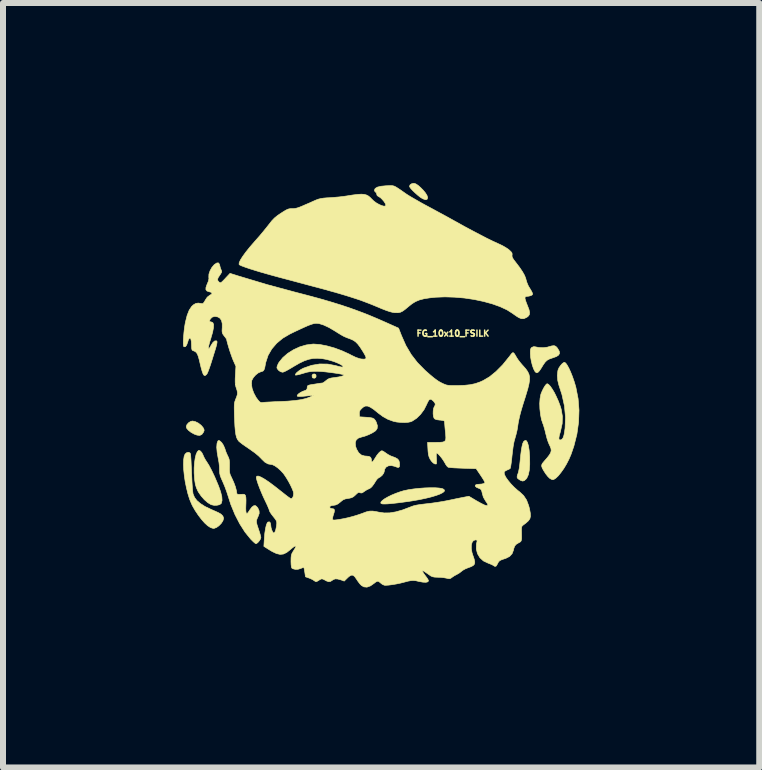
<source format=kicad_pcb>
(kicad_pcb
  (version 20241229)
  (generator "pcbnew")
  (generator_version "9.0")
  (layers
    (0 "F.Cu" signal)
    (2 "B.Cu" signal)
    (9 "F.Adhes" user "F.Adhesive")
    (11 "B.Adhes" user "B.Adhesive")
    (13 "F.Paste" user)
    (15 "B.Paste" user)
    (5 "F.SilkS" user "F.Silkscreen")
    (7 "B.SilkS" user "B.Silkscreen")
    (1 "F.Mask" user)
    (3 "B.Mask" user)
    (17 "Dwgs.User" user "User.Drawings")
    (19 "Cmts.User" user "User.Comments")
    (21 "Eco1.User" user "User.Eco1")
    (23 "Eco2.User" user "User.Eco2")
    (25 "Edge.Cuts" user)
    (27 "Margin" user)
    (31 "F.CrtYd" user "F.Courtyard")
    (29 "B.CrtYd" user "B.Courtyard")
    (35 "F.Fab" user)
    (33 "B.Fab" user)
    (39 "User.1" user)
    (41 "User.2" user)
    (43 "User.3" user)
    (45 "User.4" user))
  (footprint "FG_10x10_FSILK"
    (layer "F.Cu")
    (at 3.254 4.437)
    (property "Reference" "FG_10x10_FSILK" (at 1.245 -1.93 0) (layer "F.SilkS") (effects (font (size 0.1 0.1) (thickness 0.025))))
    (attr through_hole)
    (fp_poly (pts (xy -1.041 -1.244) (xy -1.035 -1.219) (xy -1.042 -1.193) (xy -1.064 -1.183) (xy -1.09 -1.188) (xy -1.1 -1.199) (xy -1.103 -1.231) (xy -1.088 -1.251) (xy -1.064 -1.255) (xy -1.041 -1.244)) (stroke (width 0.01) (type solid)) (fill yes) (layer "F.SilkS"))
    (fp_poly (pts (xy -3.049 -0.46) (xy -2.998 -0.435) (xy -2.952 -0.399) (xy -2.921 -0.363) (xy -2.905 -0.333) (xy -2.902 -0.311) (xy -2.911 -0.287) (xy -2.914 -0.282) (xy -2.94 -0.246) (xy -2.975 -0.23) (xy -3.02 -0.235) (xy -3.067 -0.252) (xy -3.121 -0.282) (xy -3.164 -0.316) (xy -3.192 -0.349) (xy -3.2 -0.374) (xy -3.189 -0.409) (xy -3.161 -0.441) (xy -3.124 -0.464) (xy -3.095 -0.47) (xy -3.049 -0.46)) (stroke (width 0.01) (type solid)) (fill yes) (layer "F.SilkS"))
    (fp_poly (pts (xy 0.625 -4.423) (xy 0.665 -4.397) (xy 0.708 -4.359) (xy 0.75 -4.316) (xy 0.787 -4.271) (xy 0.813 -4.229) (xy 0.823 -4.195) (xy 0.823 -4.189) (xy 0.813 -4.164) (xy 0.789 -4.158) (xy 0.75 -4.171) (xy 0.734 -4.179) (xy 0.699 -4.201) (xy 0.658 -4.234) (xy 0.615 -4.272) (xy 0.575 -4.31) (xy 0.543 -4.345) (xy 0.524 -4.372) (xy 0.521 -4.383) (xy 0.532 -4.408) (xy 0.56 -4.426) (xy 0.594 -4.432) (xy 0.625 -4.423)) (stroke (width 0.01) (type solid)) (fill yes) (layer "F.SilkS"))
    (fp_poly (pts (xy 2.47 -0.141) (xy 2.488 -0.11) (xy 2.503 -0.058) (xy 2.515 0.017) (xy 2.523 0.111) (xy 2.524 0.134) (xy 2.525 0.251) (xy 2.518 0.348) (xy 2.502 0.425) (xy 2.477 0.48) (xy 2.463 0.498) (xy 2.433 0.524) (xy 2.407 0.531) (xy 2.375 0.521) (xy 2.353 0.508) (xy 2.325 0.488) (xy 2.314 0.466) (xy 2.318 0.436) (xy 2.331 0.401) (xy 2.34 0.369) (xy 2.35 0.319) (xy 2.358 0.259) (xy 2.363 0.212) (xy 2.374 0.101) (xy 2.385 0.014) (xy 2.397 -0.052) (xy 2.409 -0.098) (xy 2.423 -0.127) (xy 2.425 -0.13) (xy 2.449 -0.147) (xy 2.47 -0.141)) (stroke (width 0.01) (type solid)) (fill yes) (layer "F.SilkS"))
    (fp_poly (pts (xy 0.945 0.642) (xy 1.013 0.647) (xy 1.063 0.655) (xy 1.083 0.663) (xy 1.104 0.681) (xy 1.101 0.701) (xy 1.076 0.723) (xy 1.031 0.746) (xy 0.967 0.77) (xy 0.887 0.794) (xy 0.79 0.818) (xy 0.681 0.841) (xy 0.559 0.862) (xy 0.426 0.881) (xy 0.318 0.895) (xy 0.226 0.905) (xy 0.157 0.911) (xy 0.107 0.913) (xy 0.073 0.912) (xy 0.053 0.907) (xy 0.043 0.899) (xy 0.045 0.88) (xy 0.068 0.855) (xy 0.107 0.826) (xy 0.161 0.795) (xy 0.224 0.764) (xy 0.294 0.735) (xy 0.367 0.709) (xy 0.427 0.691) (xy 0.503 0.675) (xy 0.59 0.662) (xy 0.682 0.652) (xy 0.775 0.645) (xy 0.864 0.642) (xy 0.945 0.642)) (stroke (width 0.01) (type solid)) (fill yes) (layer "F.SilkS"))
    (fp_poly (pts (xy 2.959 -1.715) (xy 2.983 -1.69) (xy 2.99 -1.68) (xy 3.016 -1.635) (xy 3.022 -1.599) (xy 3.007 -1.57) (xy 2.97 -1.545) (xy 2.909 -1.523) (xy 2.894 -1.518) (xy 2.849 -1.502) (xy 2.812 -1.481) (xy 2.78 -1.449) (xy 2.747 -1.402) (xy 2.72 -1.357) (xy 2.687 -1.307) (xy 2.661 -1.28) (xy 2.639 -1.274) (xy 2.617 -1.289) (xy 2.611 -1.298) (xy 2.589 -1.34) (xy 2.568 -1.4) (xy 2.551 -1.468) (xy 2.539 -1.537) (xy 2.535 -1.59) (xy 2.535 -1.639) (xy 2.539 -1.669) (xy 2.549 -1.687) (xy 2.559 -1.697) (xy 2.589 -1.709) (xy 2.61 -1.708) (xy 2.679 -1.695) (xy 2.752 -1.692) (xy 2.819 -1.701) (xy 2.839 -1.707) (xy 2.893 -1.722) (xy 2.931 -1.726) (xy 2.959 -1.715)) (stroke (width 0.01) (type solid)) (fill yes) (layer "F.SilkS"))
    (fp_poly (pts (xy -2.978 0.022) (xy -2.963 0.031) (xy -2.941 0.056) (xy -2.922 0.092) (xy -2.92 0.098) (xy -2.903 0.136) (xy -2.878 0.181) (xy -2.863 0.203) (xy -2.822 0.268) (xy -2.776 0.355) (xy -2.726 0.46) (xy -2.676 0.578) (xy -2.662 0.611) (xy -2.627 0.71) (xy -2.607 0.791) (xy -2.603 0.853) (xy -2.614 0.898) (xy -2.62 0.907) (xy -2.647 0.925) (xy -2.688 0.934) (xy -2.737 0.935) (xy -2.782 0.925) (xy -2.791 0.921) (xy -2.843 0.889) (xy -2.898 0.841) (xy -2.95 0.782) (xy -2.994 0.719) (xy -3.009 0.692) (xy -3.032 0.639) (xy -3.048 0.586) (xy -3.058 0.522) (xy -3.062 0.486) (xy -3.068 0.398) (xy -3.068 0.31) (xy -3.062 0.225) (xy -3.051 0.149) (xy -3.036 0.087) (xy -3.017 0.045) (xy -3.012 0.038) (xy -2.994 0.02) (xy -2.978 0.022)) (stroke (width 0.01) (type solid)) (fill yes) (layer "F.SilkS"))
    (fp_poly (pts (xy -3.14 0.06) (xy -3.131 0.073) (xy -3.127 0.092) (xy -3.124 0.132) (xy -3.12 0.19) (xy -3.117 0.261) (xy -3.113 0.343) (xy -3.111 0.394) (xy -3.107 0.482) (xy -3.103 0.564) (xy -3.098 0.637) (xy -3.093 0.695) (xy -3.088 0.734) (xy -3.086 0.746) (xy -3.062 0.803) (xy -3.022 0.856) (xy -2.965 0.905) (xy -2.888 0.954) (xy -2.788 1.002) (xy -2.729 1.028) (xy -2.662 1.058) (xy -2.617 1.085) (xy -2.59 1.113) (xy -2.579 1.143) (xy -2.578 1.156) (xy -2.589 1.193) (xy -2.616 1.235) (xy -2.654 1.274) (xy -2.695 1.304) (xy -2.735 1.319) (xy -2.746 1.32) (xy -2.768 1.315) (xy -2.8 1.303) (xy -2.8 1.303) (xy -2.843 1.275) (xy -2.893 1.229) (xy -2.946 1.169) (xy -3 1.098) (xy -3.051 1.022) (xy -3.096 0.944) (xy -3.112 0.91) (xy -3.144 0.833) (xy -3.172 0.743) (xy -3.196 0.645) (xy -3.217 0.544) (xy -3.232 0.442) (xy -3.242 0.345) (xy -3.246 0.256) (xy -3.244 0.18) (xy -3.235 0.119) (xy -3.22 0.082) (xy -3.195 0.059) (xy -3.165 0.051) (xy -3.14 0.06)) (stroke (width 0.01) (type solid)) (fill yes) (layer "F.SilkS"))
    (fp_poly (pts (xy -2.641 -0.139) (xy -2.61 -0.112) (xy -2.58 -0.066) (xy -2.556 -0.01) (xy -2.551 0.006) (xy -2.537 0.048) (xy -2.516 0.096) (xy -2.507 0.114) (xy -2.492 0.147) (xy -2.483 0.178) (xy -2.479 0.217) (xy -2.479 0.27) (xy -2.479 0.287) (xy -2.48 0.344) (xy -2.477 0.384) (xy -2.47 0.417) (xy -2.455 0.451) (xy -2.443 0.476) (xy -2.408 0.553) (xy -2.38 0.628) (xy -2.363 0.694) (xy -2.36 0.718) (xy -2.356 0.74) (xy -2.347 0.75) (xy -2.326 0.753) (xy -2.289 0.752) (xy -2.25 0.75) (xy -2.228 0.754) (xy -2.216 0.767) (xy -2.211 0.779) (xy -2.206 0.806) (xy -2.204 0.85) (xy -2.205 0.903) (xy -2.206 0.924) (xy -2.208 0.985) (xy -2.206 1.032) (xy -2.201 1.06) (xy -2.2 1.061) (xy -2.192 1.071) (xy -2.181 1.068) (xy -2.165 1.049) (xy -2.141 1.012) (xy -2.105 0.964) (xy -2.073 0.941) (xy -2.044 0.941) (xy -2.017 0.966) (xy -2.006 0.981) (xy -1.986 1.027) (xy -1.984 1.07) (xy -2.002 1.12) (xy -2.007 1.13) (xy -2.021 1.162) (xy -2.029 1.189) (xy -2.029 1.218) (xy -2.021 1.256) (xy -2.004 1.308) (xy -1.994 1.338) (xy -1.977 1.389) (xy -1.964 1.434) (xy -1.957 1.465) (xy -1.956 1.472) (xy -1.964 1.498) (xy -1.984 1.529) (xy -2.008 1.557) (xy -2.031 1.573) (xy -2.038 1.575) (xy -2.054 1.566) (xy -2.081 1.543) (xy -2.115 1.509) (xy -2.125 1.499) (xy -2.22 1.382) (xy -2.308 1.244) (xy -2.388 1.089) (xy -2.457 0.921) (xy -2.502 0.781) (xy -2.525 0.71) (xy -2.553 0.633) (xy -2.583 0.561) (xy -2.593 0.538) (xy -2.618 0.482) (xy -2.634 0.439) (xy -2.642 0.402) (xy -2.645 0.362) (xy -2.645 0.343) (xy -2.647 0.29) (xy -2.654 0.225) (xy -2.665 0.161) (xy -2.668 0.149) (xy -2.685 0.051) (xy -2.692 -0.032) (xy -2.687 -0.096) (xy -2.68 -0.12) (xy -2.668 -0.143) (xy -2.653 -0.145) (xy -2.641 -0.139)) (stroke (width 0.01) (type solid)) (fill yes) (layer "F.SilkS"))
    (fp_poly (pts (xy 3.124 -1.436) (xy 3.148 -1.403) (xy 3.176 -1.353) (xy 3.206 -1.288) (xy 3.236 -1.213) (xy 3.265 -1.13) (xy 3.291 -1.043) (xy 3.295 -1.026) (xy 3.331 -0.842) (xy 3.346 -0.649) (xy 3.339 -0.451) (xy 3.311 -0.251) (xy 3.261 -0.053) (xy 3.214 0.084) (xy 3.179 0.166) (xy 3.138 0.246) (xy 3.093 0.321) (xy 3.046 0.387) (xy 3.001 0.443) (xy 2.959 0.483) (xy 2.924 0.505) (xy 2.909 0.508) (xy 2.883 0.5) (xy 2.855 0.483) (xy 2.826 0.454) (xy 2.792 0.411) (xy 2.761 0.363) (xy 2.736 0.319) (xy 2.725 0.289) (xy 2.724 0.264) (xy 2.734 0.239) (xy 2.76 0.207) (xy 2.766 0.2) (xy 2.818 0.14) (xy 2.854 0.093) (xy 2.875 0.055) (xy 2.883 0.021) (xy 2.878 -0.014) (xy 2.862 -0.054) (xy 2.85 -0.078) (xy 2.832 -0.121) (xy 2.813 -0.178) (xy 2.797 -0.24) (xy 2.792 -0.258) (xy 2.778 -0.317) (xy 2.762 -0.374) (xy 2.748 -0.418) (xy 2.743 -0.429) (xy 2.72 -0.497) (xy 2.704 -0.581) (xy 2.694 -0.672) (xy 2.691 -0.763) (xy 2.697 -0.846) (xy 2.71 -0.914) (xy 2.712 -0.921) (xy 2.731 -0.967) (xy 2.754 -1.014) (xy 2.778 -1.054) (xy 2.8 -1.082) (xy 2.815 -1.092) (xy 2.838 -1.081) (xy 2.868 -1.049) (xy 2.901 -1.001) (xy 2.937 -0.941) (xy 2.971 -0.871) (xy 3.004 -0.797) (xy 3.032 -0.722) (xy 3.049 -0.667) (xy 3.069 -0.549) (xy 3.066 -0.428) (xy 3.038 -0.301) (xy 3.036 -0.292) (xy 3.018 -0.23) (xy 3.011 -0.188) (xy 3.013 -0.164) (xy 3.026 -0.154) (xy 3.038 -0.155) (xy 3.062 -0.165) (xy 3.081 -0.191) (xy 3.096 -0.236) (xy 3.107 -0.301) (xy 3.114 -0.351) (xy 3.121 -0.532) (xy 3.104 -0.719) (xy 3.062 -0.91) (xy 3.011 -1.067) (xy 2.992 -1.144) (xy 2.985 -1.227) (xy 2.993 -1.304) (xy 2.997 -1.321) (xy 3.013 -1.358) (xy 3.039 -1.395) (xy 3.067 -1.427) (xy 3.094 -1.446) (xy 3.104 -1.448) (xy 3.124 -1.436)) (stroke (width 0.01) (type solid)) (fill yes) (layer "F.SilkS"))
    (fp_poly (pts (xy 0.239 -4.392) (xy 0.264 -4.386) (xy 0.291 -4.373) (xy 0.325 -4.352) (xy 0.37 -4.322) (xy 0.43 -4.28) (xy 0.461 -4.258) (xy 0.501 -4.232) (xy 0.559 -4.197) (xy 0.629 -4.157) (xy 0.707 -4.112) (xy 0.789 -4.067) (xy 0.821 -4.05) (xy 0.914 -4) (xy 1.015 -3.945) (xy 1.117 -3.89) (xy 1.213 -3.837) (xy 1.294 -3.792) (xy 1.302 -3.788) (xy 1.436 -3.713) (xy 1.567 -3.643) (xy 1.691 -3.578) (xy 1.804 -3.519) (xy 1.904 -3.47) (xy 1.987 -3.432) (xy 2.011 -3.421) (xy 2.068 -3.394) (xy 2.124 -3.362) (xy 2.169 -3.332) (xy 2.18 -3.323) (xy 2.213 -3.292) (xy 2.229 -3.27) (xy 2.232 -3.248) (xy 2.23 -3.237) (xy 2.23 -3.214) (xy 2.238 -3.19) (xy 2.259 -3.157) (xy 2.287 -3.121) (xy 2.354 -3.033) (xy 2.404 -2.959) (xy 2.439 -2.897) (xy 2.459 -2.845) (xy 2.463 -2.828) (xy 2.478 -2.778) (xy 2.499 -2.728) (xy 2.508 -2.711) (xy 2.54 -2.659) (xy 2.56 -2.623) (xy 2.57 -2.6) (xy 2.573 -2.586) (xy 2.569 -2.577) (xy 2.565 -2.572) (xy 2.544 -2.56) (xy 2.509 -2.551) (xy 2.498 -2.55) (xy 2.464 -2.546) (xy 2.449 -2.537) (xy 2.446 -2.519) (xy 2.446 -2.515) (xy 2.452 -2.488) (xy 2.466 -2.447) (xy 2.485 -2.398) (xy 2.49 -2.386) (xy 2.514 -2.323) (xy 2.523 -2.275) (xy 2.517 -2.24) (xy 2.495 -2.212) (xy 2.473 -2.197) (xy 2.427 -2.176) (xy 2.385 -2.176) (xy 2.343 -2.193) (xy 2.312 -2.212) (xy 2.271 -2.24) (xy 2.241 -2.262) (xy 2.147 -2.322) (xy 2.031 -2.376) (xy 1.899 -2.423) (xy 1.753 -2.463) (xy 1.597 -2.496) (xy 1.436 -2.52) (xy 1.273 -2.534) (xy 1.111 -2.539) (xy 0.955 -2.533) (xy 0.86 -2.523) (xy 0.764 -2.508) (xy 0.687 -2.488) (xy 0.622 -2.461) (xy 0.562 -2.424) (xy 0.502 -2.376) (xy 0.447 -2.33) (xy 0.405 -2.3) (xy 0.367 -2.282) (xy 0.329 -2.275) (xy 0.284 -2.276) (xy 0.273 -2.276) (xy 0.235 -2.282) (xy 0.189 -2.294) (xy 0.133 -2.313) (xy 0.061 -2.341) (xy -0.013 -2.372) (xy -0.085 -2.402) (xy -0.155 -2.43) (xy -0.226 -2.457) (xy -0.298 -2.484) (xy -0.376 -2.51) (xy -0.46 -2.537) (xy -0.553 -2.566) (xy -0.657 -2.597) (xy -0.774 -2.63) (xy -0.906 -2.667) (xy -1.056 -2.707) (xy -1.225 -2.752) (xy -1.415 -2.803) (xy -1.505 -2.827) (xy -1.66 -2.868) (xy -1.802 -2.907) (xy -1.93 -2.943) (xy -2.043 -2.977) (xy -2.139 -3.007) (xy -2.216 -3.033) (xy -2.273 -3.054) (xy -2.308 -3.07) (xy -2.319 -3.079) (xy -2.318 -3.107) (xy -2.298 -3.152) (xy -2.261 -3.211) (xy -2.209 -3.283) (xy -2.14 -3.369) (xy -2.057 -3.465) (xy -2.033 -3.492) (xy -1.979 -3.553) (xy -1.923 -3.62) (xy -1.871 -3.684) (xy -1.829 -3.737) (xy -1.822 -3.746) (xy -1.774 -3.807) (xy -1.73 -3.853) (xy -1.681 -3.893) (xy -1.642 -3.92) (xy -1.585 -3.957) (xy -1.544 -3.982) (xy -1.513 -3.998) (xy -1.487 -4.006) (xy -1.46 -4.01) (xy -1.428 -4.01) (xy -1.404 -4.011) (xy -1.381 -4.014) (xy -1.354 -4.02) (xy -1.32 -4.031) (xy -1.277 -4.048) (xy -1.22 -4.073) (xy -1.145 -4.105) (xy -1.079 -4.135) (xy -1.033 -4.155) (xy -0.994 -4.169) (xy -0.956 -4.178) (xy -0.912 -4.185) (xy -0.854 -4.19) (xy -0.806 -4.192) (xy -0.73 -4.198) (xy -0.65 -4.205) (xy -0.577 -4.214) (xy -0.527 -4.221) (xy -0.425 -4.237) (xy -0.344 -4.247) (xy -0.281 -4.251) (xy -0.232 -4.247) (xy -0.193 -4.236) (xy -0.16 -4.218) (xy -0.129 -4.191) (xy -0.113 -4.174) (xy -0.076 -4.138) (xy -0.033 -4.106) (xy 0.013 -4.08) (xy 0.056 -4.061) (xy 0.093 -4.051) (xy 0.118 -4.053) (xy 0.127 -4.068) (xy 0.118 -4.094) (xy 0.096 -4.129) (xy 0.066 -4.164) (xy 0.035 -4.194) (xy 0.011 -4.208) (xy -0.018 -4.227) (xy -0.025 -4.25) (xy -0.033 -4.275) (xy -0.044 -4.284) (xy -0.06 -4.302) (xy -0.064 -4.317) (xy -0.051 -4.346) (xy -0.015 -4.368) (xy 0.046 -4.383) (xy 0.13 -4.391) (xy 0.14 -4.391) (xy 0.181 -4.393) (xy 0.213 -4.394) (xy 0.239 -4.392)) (stroke (width 0.01) (type solid)) (fill yes) (layer "F.SilkS"))
    (fp_poly (pts (xy -2.647 -3.084) (xy -2.641 -3.061) (xy -2.631 -3.021) (xy -2.617 -2.986) (xy -2.617 -2.986) (xy -2.609 -2.966) (xy -2.612 -2.947) (xy -2.628 -2.92) (xy -2.64 -2.902) (xy -2.668 -2.86) (xy -2.678 -2.831) (xy -2.672 -2.807) (xy -2.654 -2.787) (xy -2.641 -2.777) (xy -2.629 -2.774) (xy -2.614 -2.782) (xy -2.59 -2.804) (xy -2.555 -2.84) (xy -2.549 -2.847) (xy -2.47 -2.931) (xy -2.33 -2.887) (xy -1.853 -2.744) (xy -1.397 -2.621) (xy -1.175 -2.563) (xy -0.975 -2.509) (xy -0.793 -2.456) (xy -0.624 -2.404) (xy -0.466 -2.351) (xy -0.315 -2.296) (xy -0.167 -2.239) (xy -0.019 -2.177) (xy 0.127 -2.113) (xy 0.339 -2.018) (xy 0.387 -1.895) (xy 0.461 -1.728) (xy 0.549 -1.579) (xy 0.653 -1.444) (xy 0.778 -1.317) (xy 0.792 -1.304) (xy 0.863 -1.242) (xy 0.92 -1.194) (xy 0.968 -1.158) (xy 1.01 -1.129) (xy 1.053 -1.106) (xy 1.075 -1.095) (xy 1.107 -1.081) (xy 1.135 -1.071) (xy 1.166 -1.065) (xy 1.205 -1.062) (xy 1.258 -1.061) (xy 1.321 -1.061) (xy 1.435 -1.065) (xy 1.531 -1.075) (xy 1.616 -1.093) (xy 1.697 -1.121) (xy 1.748 -1.144) (xy 1.855 -1.207) (xy 1.963 -1.295) (xy 2.074 -1.407) (xy 2.185 -1.544) (xy 2.191 -1.552) (xy 2.219 -1.589) (xy 2.238 -1.608) (xy 2.254 -1.608) (xy 2.271 -1.589) (xy 2.295 -1.549) (xy 2.305 -1.531) (xy 2.331 -1.491) (xy 2.368 -1.443) (xy 2.409 -1.395) (xy 2.416 -1.388) (xy 2.459 -1.339) (xy 2.49 -1.295) (xy 2.511 -1.252) (xy 2.522 -1.206) (xy 2.522 -1.152) (xy 2.512 -1.088) (xy 2.493 -1.009) (xy 2.464 -0.912) (xy 2.451 -0.869) (xy 2.414 -0.753) (xy 2.385 -0.657) (xy 2.363 -0.576) (xy 2.347 -0.507) (xy 2.334 -0.444) (xy 2.325 -0.385) (xy 2.325 -0.381) (xy 2.314 -0.316) (xy 2.297 -0.245) (xy 2.281 -0.189) (xy 2.263 -0.124) (xy 2.248 -0.041) (xy 2.235 0.063) (xy 2.23 0.107) (xy 2.223 0.176) (xy 2.215 0.237) (xy 2.208 0.285) (xy 2.201 0.315) (xy 2.198 0.322) (xy 2.177 0.335) (xy 2.145 0.348) (xy 2.143 0.349) (xy 2.109 0.368) (xy 2.098 0.39) (xy 2.104 0.422) (xy 2.126 0.467) (xy 2.163 0.519) (xy 2.21 0.576) (xy 2.264 0.632) (xy 2.323 0.685) (xy 2.359 0.713) (xy 2.423 0.773) (xy 2.472 0.847) (xy 2.507 0.94) (xy 2.521 0.992) (xy 2.534 1.063) (xy 2.537 1.117) (xy 2.527 1.159) (xy 2.501 1.195) (xy 2.458 1.233) (xy 2.419 1.262) (xy 2.402 1.276) (xy 2.392 1.291) (xy 2.388 1.316) (xy 2.387 1.355) (xy 2.388 1.383) (xy 2.389 1.447) (xy 2.389 1.49) (xy 2.385 1.518) (xy 2.377 1.536) (xy 2.362 1.549) (xy 2.34 1.56) (xy 2.337 1.562) (xy 2.298 1.586) (xy 2.274 1.615) (xy 2.259 1.656) (xy 2.254 1.681) (xy 2.231 1.741) (xy 2.189 1.787) (xy 2.126 1.819) (xy 2.11 1.824) (xy 2.059 1.841) (xy 2.025 1.857) (xy 2.004 1.879) (xy 1.987 1.911) (xy 1.985 1.915) (xy 1.967 1.946) (xy 1.946 1.954) (xy 1.92 1.939) (xy 1.919 1.938) (xy 1.896 1.925) (xy 1.858 1.909) (xy 1.829 1.898) (xy 1.753 1.862) (xy 1.694 1.808) (xy 1.654 1.741) (xy 1.634 1.664) (xy 1.636 1.58) (xy 1.646 1.54) (xy 1.648 1.519) (xy 1.633 1.512) (xy 1.621 1.511) (xy 1.587 1.522) (xy 1.564 1.553) (xy 1.552 1.599) (xy 1.551 1.658) (xy 1.563 1.724) (xy 1.576 1.765) (xy 1.599 1.832) (xy 1.609 1.88) (xy 1.604 1.914) (xy 1.582 1.939) (xy 1.543 1.959) (xy 1.499 1.975) (xy 1.452 1.994) (xy 1.409 2.018) (xy 1.391 2.032) (xy 1.353 2.062) (xy 1.312 2.086) (xy 1.308 2.088) (xy 1.267 2.11) (xy 1.23 2.135) (xy 1.229 2.136) (xy 1.205 2.153) (xy 1.183 2.158) (xy 1.152 2.153) (xy 1.136 2.149) (xy 1.092 2.141) (xy 1.037 2.135) (xy 0.992 2.134) (xy 0.942 2.132) (xy 0.908 2.126) (xy 0.877 2.113) (xy 0.843 2.089) (xy 0.805 2.063) (xy 0.774 2.041) (xy 0.759 2.032) (xy 0.74 2.025) (xy 0.738 2.035) (xy 0.751 2.061) (xy 0.779 2.1) (xy 0.787 2.111) (xy 0.814 2.147) (xy 0.832 2.177) (xy 0.838 2.192) (xy 0.827 2.21) (xy 0.795 2.218) (xy 0.746 2.216) (xy 0.682 2.205) (xy 0.678 2.204) (xy 0.628 2.192) (xy 0.586 2.188) (xy 0.545 2.19) (xy 0.496 2.199) (xy 0.432 2.216) (xy 0.369 2.232) (xy 0.301 2.246) (xy 0.234 2.257) (xy 0.174 2.265) (xy 0.127 2.268) (xy 0.102 2.267) (xy 0.068 2.252) (xy 0.037 2.228) (xy 0.01 2.205) (xy -0.014 2.2) (xy -0.042 2.214) (xy -0.066 2.233) (xy -0.13 2.278) (xy -0.188 2.299) (xy -0.24 2.294) (xy -0.281 2.27) (xy -0.306 2.244) (xy -0.336 2.205) (xy -0.36 2.169) (xy -0.393 2.122) (xy -0.422 2.1) (xy -0.452 2.1) (xy -0.487 2.121) (xy -0.515 2.147) (xy -0.567 2.198) (xy -0.621 2.178) (xy -0.677 2.163) (xy -0.718 2.161) (xy -0.752 2.175) (xy -0.765 2.184) (xy -0.797 2.204) (xy -0.827 2.208) (xy -0.864 2.195) (xy -0.889 2.181) (xy -0.923 2.164) (xy -0.945 2.161) (xy -0.965 2.169) (xy -0.997 2.189) (xy -1.015 2.2) (xy -1.038 2.208) (xy -1.059 2.197) (xy -1.065 2.193) (xy -1.091 2.175) (xy -1.131 2.156) (xy -1.151 2.148) (xy -1.213 2.126) (xy -1.224 2.051) (xy -1.231 2.01) (xy -1.237 1.98) (xy -1.24 1.97) (xy -1.252 1.972) (xy -1.279 1.982) (xy -1.29 1.987) (xy -1.336 2.001) (xy -1.384 2.002) (xy -1.424 1.992) (xy -1.44 1.981) (xy -1.447 1.962) (xy -1.452 1.925) (xy -1.454 1.876) (xy -1.454 1.863) (xy -1.453 1.809) (xy -1.449 1.771) (xy -1.44 1.741) (xy -1.423 1.71) (xy -1.413 1.694) (xy -1.391 1.659) (xy -1.376 1.632) (xy -1.372 1.621) (xy -1.38 1.612) (xy -1.403 1.623) (xy -1.441 1.652) (xy -1.469 1.676) (xy -1.526 1.721) (xy -1.58 1.747) (xy -1.635 1.753) (xy -1.696 1.739) (xy -1.766 1.706) (xy -1.808 1.681) (xy -1.906 1.619) (xy -1.899 1.499) (xy -1.891 1.402) (xy -1.879 1.323) (xy -1.865 1.263) (xy -1.849 1.225) (xy -1.838 1.214) (xy -1.814 1.21) (xy -1.798 1.228) (xy -1.791 1.266) (xy -1.791 1.274) (xy -1.786 1.308) (xy -1.775 1.346) (xy -1.76 1.378) (xy -1.745 1.396) (xy -1.74 1.397) (xy -1.725 1.385) (xy -1.71 1.351) (xy -1.699 1.298) (xy -1.694 1.266) (xy -1.691 1.233) (xy -1.693 1.208) (xy -1.703 1.184) (xy -1.724 1.154) (xy -1.751 1.12) (xy -1.782 1.08) (xy -1.805 1.044) (xy -1.816 1.021) (xy -1.816 1.017) (xy -1.822 0.997) (xy -1.833 0.969) (xy -0.81 0.969) (xy -0.796 0.984) (xy -0.767 0.991) (xy -0.74 0.996) (xy -0.729 1.015) (xy -0.734 1.051) (xy -0.743 1.078) (xy -0.755 1.118) (xy -0.761 1.151) (xy -0.762 1.159) (xy -0.76 1.173) (xy -0.75 1.179) (xy -0.726 1.18) (xy -0.687 1.176) (xy -0.641 1.169) (xy -0.58 1.158) (xy -0.515 1.144) (xy -0.486 1.137) (xy -0.418 1.119) (xy -0.346 1.097) (xy -0.281 1.075) (xy -0.262 1.068) (xy -0.198 1.044) (xy -0.145 1.032) (xy -0.093 1.031) (xy -0.033 1.04) (xy 0.009 1.049) (xy 0.098 1.062) (xy 0.191 1.061) (xy 0.293 1.044) (xy 0.406 1.012) (xy 0.535 0.963) (xy 0.54 0.961) (xy 0.583 0.945) (xy 0.636 0.932) (xy 0.703 0.921) (xy 0.788 0.911) (xy 0.806 0.909) (xy 0.891 0.899) (xy 0.982 0.886) (xy 1.07 0.872) (xy 1.144 0.858) (xy 1.149 0.857) (xy 1.222 0.842) (xy 1.297 0.826) (xy 1.366 0.812) (xy 1.406 0.804) (xy 1.511 0.784) (xy 1.642 0.862) (xy 1.716 0.903) (xy 1.771 0.93) (xy 1.808 0.94) (xy 1.826 0.936) (xy 1.824 0.916) (xy 1.802 0.881) (xy 1.789 0.863) (xy 1.752 0.799) (xy 1.735 0.74) (xy 1.725 0.698) (xy 1.714 0.674) (xy 1.697 0.66) (xy 1.679 0.653) (xy 1.637 0.635) (xy 1.617 0.615) (xy 1.619 0.598) (xy 1.643 0.587) (xy 1.674 0.584) (xy 1.726 0.58) (xy 1.762 0.571) (xy 1.777 0.557) (xy 1.778 0.554) (xy 1.771 0.538) (xy 1.753 0.506) (xy 1.726 0.464) (xy 1.705 0.432) (xy 1.632 0.324) (xy 1.41 0.317) (xy 1.336 0.314) (xy 1.269 0.311) (xy 1.216 0.307) (xy 1.179 0.303) (xy 1.165 0.3) (xy 1.146 0.283) (xy 1.123 0.251) (xy 1.112 0.23) (xy 1.088 0.19) (xy 1.058 0.147) (xy 1.027 0.109) (xy 0.999 0.079) (xy 0.979 0.064) (xy 0.975 0.064) (xy 0.968 0.076) (xy 0.967 0.112) (xy 0.97 0.152) (xy 0.972 0.196) (xy 0.972 0.23) (xy 0.968 0.246) (xy 0.968 0.246) (xy 0.945 0.246) (xy 0.916 0.229) (xy 0.886 0.198) (xy 0.864 0.165) (xy 0.847 0.128) (xy 0.836 0.086) (xy 0.83 0.032) (xy 0.828 -0.003) (xy 0.822 -0.114) (xy 0.955 -0.114) (xy 1.026 -0.115) (xy 1.075 -0.119) (xy 1.106 -0.13) (xy 1.122 -0.152) (xy 1.127 -0.188) (xy 1.124 -0.244) (xy 1.119 -0.294) (xy 1.113 -0.354) (xy 1.109 -0.405) (xy 1.106 -0.443) (xy 1.105 -0.46) (xy 1.099 -0.472) (xy 1.077 -0.479) (xy 1.036 -0.485) (xy 1.027 -0.485) (xy 0.976 -0.492) (xy 0.945 -0.503) (xy 0.932 -0.515) (xy 0.92 -0.545) (xy 0.915 -0.59) (xy 0.916 -0.639) (xy 0.923 -0.682) (xy 0.933 -0.706) (xy 0.95 -0.738) (xy 0.946 -0.768) (xy 0.92 -0.801) (xy 0.914 -0.807) (xy 0.886 -0.829) (xy 0.863 -0.833) (xy 0.843 -0.817) (xy 0.822 -0.78) (xy 0.807 -0.746) (xy 0.763 -0.659) (xy 0.705 -0.581) (xy 0.639 -0.516) (xy 0.569 -0.47) (xy 0.542 -0.458) (xy 0.499 -0.449) (xy 0.44 -0.445) (xy 0.374 -0.447) (xy 0.309 -0.453) (xy 0.254 -0.465) (xy 0.253 -0.465) (xy 0.16 -0.499) (xy 0.076 -0.546) (xy -0.009 -0.609) (xy -0.014 -0.614) (xy -0.08 -0.667) (xy -0.133 -0.701) (xy -0.175 -0.719) (xy -0.212 -0.72) (xy -0.245 -0.705) (xy -0.275 -0.68) (xy -0.303 -0.649) (xy -0.314 -0.622) (xy -0.315 -0.588) (xy -0.315 -0.588) (xy -0.311 -0.54) (xy -0.202 -0.533) (xy -0.14 -0.528) (xy -0.098 -0.52) (xy -0.069 -0.505) (xy -0.049 -0.481) (xy -0.033 -0.452) (xy -0.014 -0.393) (xy -0.018 -0.345) (xy -0.043 -0.308) (xy -0.046 -0.306) (xy -0.095 -0.274) (xy -0.158 -0.243) (xy -0.223 -0.218) (xy -0.275 -0.204) (xy -0.332 -0.185) (xy -0.368 -0.153) (xy -0.383 -0.107) (xy -0.377 -0.048) (xy -0.362 -0.003) (xy -0.327 0.058) (xy -0.281 0.097) (xy -0.222 0.114) (xy -0.205 0.114) (xy -0.156 0.119) (xy -0.127 0.134) (xy -0.115 0.163) (xy -0.114 0.18) (xy -0.111 0.208) (xy -0.099 0.213) (xy -0.081 0.193) (xy -0.057 0.156) (xy -0.023 0.102) (xy 0.011 0.06) (xy 0.041 0.033) (xy 0.061 0.025) (xy 0.081 0.033) (xy 0.111 0.052) (xy 0.127 0.064) (xy 0.166 0.09) (xy 0.206 0.111) (xy 0.218 0.116) (xy 0.279 0.138) (xy 0.319 0.16) (xy 0.343 0.186) (xy 0.353 0.221) (xy 0.356 0.261) (xy 0.353 0.29) (xy 0.341 0.303) (xy 0.316 0.301) (xy 0.273 0.285) (xy 0.273 0.285) (xy 0.218 0.272) (xy 0.169 0.277) (xy 0.131 0.298) (xy 0.107 0.333) (xy 0.102 0.363) (xy 0.092 0.397) (xy 0.067 0.433) (xy 0.034 0.462) (xy 0.018 0.47) (xy -0.01 0.489) (xy -0.033 0.517) (xy -0.07 0.576) (xy -0.099 0.616) (xy -0.123 0.641) (xy -0.145 0.656) (xy -0.154 0.659) (xy -0.188 0.675) (xy -0.226 0.699) (xy -0.234 0.705) (xy -0.265 0.726) (xy -0.287 0.73) (xy -0.303 0.725) (xy -0.321 0.719) (xy -0.34 0.726) (xy -0.365 0.748) (xy -0.378 0.761) (xy -0.412 0.791) (xy -0.444 0.808) (xy -0.486 0.818) (xy -0.502 0.82) (xy -0.551 0.829) (xy -0.588 0.845) (xy -0.625 0.874) (xy -0.63 0.879) (xy -0.672 0.912) (xy -0.71 0.929) (xy -0.738 0.934) (xy -0.774 0.939) (xy -0.799 0.948) (xy -0.803 0.951) (xy -0.81 0.969) (xy -1.833 0.969) (xy -1.837 0.961) (xy -1.859 0.912) (xy -1.886 0.856) (xy -1.886 0.856) (xy -1.918 0.788) (xy -1.949 0.716) (xy -1.978 0.645) (xy -2.003 0.578) (xy -2.021 0.522) (xy -2.031 0.481) (xy -2.032 0.468) (xy -2.023 0.449) (xy -1.997 0.448) (xy -1.953 0.465) (xy -1.893 0.499) (xy -1.817 0.55) (xy -1.725 0.619) (xy -1.617 0.704) (xy -1.594 0.722) (xy -1.545 0.761) (xy -1.503 0.793) (xy -1.47 0.816) (xy -1.453 0.825) (xy -1.452 0.826) (xy -1.432 0.814) (xy -1.417 0.785) (xy -1.41 0.744) (xy -1.41 0.738) (xy -1.416 0.705) (xy -1.435 0.657) (xy -1.462 0.599) (xy -1.495 0.537) (xy -1.531 0.477) (xy -1.567 0.423) (xy -1.581 0.404) (xy -1.626 0.355) (xy -1.675 0.311) (xy -1.723 0.277) (xy -1.765 0.257) (xy -1.785 0.254) (xy -1.837 0.245) (xy -1.889 0.216) (xy -1.942 0.165) (xy -1.949 0.157) (xy -1.993 0.113) (xy -2.054 0.062) (xy -2.127 0.01) (xy -2.151 -0.007) (xy -2.207 -0.045) (xy -2.259 -0.081) (xy -2.299 -0.112) (xy -2.325 -0.134) (xy -2.326 -0.136) (xy -2.345 -0.162) (xy -2.361 -0.196) (xy -2.373 -0.243) (xy -2.382 -0.305) (xy -2.389 -0.384) (xy -2.394 -0.484) (xy -2.397 -0.546) (xy -2.399 -0.629) (xy -2.4 -0.691) (xy -2.399 -0.737) (xy -2.396 -0.77) (xy -2.39 -0.795) (xy -2.382 -0.817) (xy -2.382 -0.819) (xy -2.36 -0.873) (xy -2.348 -0.913) (xy -2.347 -0.947) (xy -2.354 -0.984) (xy -2.364 -1.013) (xy -2.375 -1.049) (xy -2.382 -1.082) (xy -2.382 -1.082) (xy -2.113 -1.082) (xy -2.102 -1.012) (xy -2.075 -0.937) (xy -2.036 -0.864) (xy -1.999 -0.814) (xy -1.973 -0.787) (xy -1.949 -0.778) (xy -1.925 -0.779) (xy -1.9 -0.782) (xy -1.854 -0.785) (xy -1.793 -0.788) (xy -1.722 -0.792) (xy -1.657 -0.794) (xy -1.509 -0.801) (xy -1.384 -0.812) (xy -1.281 -0.827) (xy -1.199 -0.847) (xy -1.137 -0.87) (xy -1.137 -0.87) (xy -1.073 -0.901) (xy -1.124 -0.895) (xy -1.211 -0.886) (xy -1.274 -0.88) (xy -1.318 -0.879) (xy -1.343 -0.882) (xy -1.351 -0.887) (xy -1.348 -0.902) (xy -1.327 -0.924) (xy -1.295 -0.946) (xy -1.258 -0.965) (xy -1.232 -0.974) (xy -1.201 -0.986) (xy -1.187 -1.005) (xy -1.184 -1.026) (xy -1.182 -1.043) (xy -1.178 -1.055) (xy -1.168 -1.063) (xy -1.148 -1.07) (xy -1.113 -1.077) (xy -1.06 -1.085) (xy -1.016 -1.092) (xy -0.972 -1.099) (xy -0.939 -1.103) (xy -0.924 -1.105) (xy -0.91 -1.113) (xy -0.885 -1.132) (xy -0.87 -1.144) (xy -0.843 -1.165) (xy -0.815 -1.179) (xy -0.777 -1.188) (xy -0.723 -1.195) (xy -0.663 -1.204) (xy -0.616 -1.214) (xy -0.585 -1.225) (xy -0.573 -1.235) (xy -0.574 -1.239) (xy -0.592 -1.246) (xy -0.629 -1.254) (xy -0.682 -1.263) (xy -0.745 -1.272) (xy -0.812 -1.281) (xy -0.88 -1.289) (xy -0.942 -1.295) (xy -0.994 -1.298) (xy -1.01 -1.299) (xy -1.079 -1.298) (xy -1.135 -1.293) (xy -1.189 -1.283) (xy -1.254 -1.264) (xy -1.254 -1.264) (xy -1.305 -1.249) (xy -1.347 -1.239) (xy -1.374 -1.235) (xy -1.38 -1.236) (xy -1.379 -1.251) (xy -1.361 -1.274) (xy -1.329 -1.301) (xy -1.29 -1.328) (xy -1.246 -1.351) (xy -1.246 -1.351) (xy -1.112 -1.398) (xy -0.976 -1.421) (xy -0.84 -1.419) (xy -0.707 -1.393) (xy -0.704 -1.392) (xy -0.656 -1.379) (xy -0.618 -1.371) (xy -0.595 -1.368) (xy -0.592 -1.369) (xy -0.587 -1.381) (xy -0.604 -1.398) (xy -0.637 -1.418) (xy -0.683 -1.439) (xy -0.739 -1.461) (xy -0.8 -1.48) (xy -0.863 -1.497) (xy -0.924 -1.508) (xy -0.938 -1.51) (xy -1.015 -1.516) (xy -1.087 -1.513) (xy -1.157 -1.499) (xy -1.231 -1.474) (xy -1.313 -1.435) (xy -1.407 -1.381) (xy -1.453 -1.353) (xy -1.503 -1.324) (xy -1.548 -1.3) (xy -1.581 -1.286) (xy -1.594 -1.283) (xy -1.629 -1.292) (xy -1.661 -1.315) (xy -1.684 -1.344) (xy -1.689 -1.364) (xy -1.682 -1.39) (xy -1.666 -1.427) (xy -1.653 -1.449) (xy -1.591 -1.526) (xy -1.509 -1.597) (xy -1.412 -1.658) (xy -1.308 -1.706) (xy -1.2 -1.738) (xy -1.094 -1.752) (xy -1.077 -1.753) (xy -0.972 -1.745) (xy -0.854 -1.722) (xy -0.729 -1.687) (xy -0.603 -1.64) (xy -0.482 -1.585) (xy -0.451 -1.568) (xy -0.374 -1.531) (xy -0.31 -1.509) (xy -0.284 -1.504) (xy -0.239 -1.501) (xy -0.213 -1.505) (xy -0.203 -1.519) (xy -0.209 -1.546) (xy -0.231 -1.588) (xy -0.258 -1.633) (xy -0.303 -1.703) (xy -0.342 -1.754) (xy -0.378 -1.79) (xy -0.416 -1.816) (xy -0.461 -1.836) (xy -0.471 -1.84) (xy -0.523 -1.859) (xy -0.57 -1.879) (xy -0.617 -1.905) (xy -0.673 -1.939) (xy -0.712 -1.964) (xy -0.818 -2.027) (xy -0.91 -2.07) (xy -0.986 -2.094) (xy -1.029 -2.098) (xy -1.054 -2.097) (xy -1.084 -2.091) (xy -1.121 -2.079) (xy -1.168 -2.062) (xy -1.227 -2.036) (xy -1.301 -2.002) (xy -1.393 -1.959) (xy -1.473 -1.92) (xy -1.592 -1.85) (xy -1.693 -1.766) (xy -1.775 -1.67) (xy -1.836 -1.564) (xy -1.874 -1.449) (xy -1.881 -1.416) (xy -1.891 -1.361) (xy -1.902 -1.327) (xy -1.916 -1.306) (xy -1.937 -1.296) (xy -1.956 -1.291) (xy -1.998 -1.273) (xy -2.043 -1.238) (xy -2.081 -1.195) (xy -2.106 -1.15) (xy -2.108 -1.143) (xy -2.113 -1.082) (xy -2.382 -1.082) (xy -2.384 -1.121) (xy -2.384 -1.172) (xy -2.381 -1.233) (xy -2.372 -1.381) (xy -2.418 -1.484) (xy -2.434 -1.525) (xy -2.453 -1.578) (xy -2.474 -1.639) (xy -2.493 -1.7) (xy -2.509 -1.756) (xy -2.521 -1.801) (xy -2.527 -1.83) (xy -2.527 -1.833) (xy -2.535 -1.845) (xy -2.553 -1.87) (xy -2.567 -1.887) (xy -2.588 -1.916) (xy -2.599 -1.94) (xy -2.603 -1.97) (xy -2.601 -2.014) (xy -2.6 -2.021) (xy -2.6 -2.093) (xy -2.612 -2.146) (xy -2.638 -2.183) (xy -2.672 -2.204) (xy -2.724 -2.214) (xy -2.768 -2.201) (xy -2.799 -2.17) (xy -2.812 -2.141) (xy -2.804 -2.125) (xy -2.782 -2.121) (xy -2.757 -2.11) (xy -2.744 -2.079) (xy -2.746 -2.026) (xy -2.76 -1.951) (xy -2.788 -1.855) (xy -2.788 -1.853) (xy -2.81 -1.783) (xy -2.824 -1.729) (xy -2.829 -1.693) (xy -2.828 -1.676) (xy -2.818 -1.679) (xy -2.8 -1.705) (xy -2.79 -1.724) (xy -2.758 -1.776) (xy -2.727 -1.804) (xy -2.699 -1.807) (xy -2.692 -1.803) (xy -2.687 -1.795) (xy -2.687 -1.779) (xy -2.692 -1.75) (xy -2.703 -1.706) (xy -2.722 -1.643) (xy -2.742 -1.579) (xy -2.772 -1.482) (xy -2.796 -1.406) (xy -2.816 -1.349) (xy -2.831 -1.308) (xy -2.843 -1.278) (xy -2.853 -1.258) (xy -2.863 -1.245) (xy -2.87 -1.239) (xy -2.888 -1.226) (xy -2.903 -1.233) (xy -2.912 -1.241) (xy -2.922 -1.262) (xy -2.936 -1.302) (xy -2.951 -1.355) (xy -2.964 -1.407) (xy -2.982 -1.485) (xy -2.998 -1.543) (xy -3.013 -1.583) (xy -3.03 -1.61) (xy -3.051 -1.628) (xy -3.078 -1.64) (xy -3.089 -1.643) (xy -3.101 -1.652) (xy -3.108 -1.67) (xy -3.111 -1.706) (xy -3.112 -1.736) (xy -3.115 -1.796) (xy -3.123 -1.835) (xy -3.135 -1.853) (xy -3.15 -1.848) (xy -3.165 -1.82) (xy -3.176 -1.784) (xy -3.193 -1.737) (xy -3.213 -1.71) (xy -3.235 -1.707) (xy -3.24 -1.709) (xy -3.246 -1.726) (xy -3.249 -1.763) (xy -3.248 -1.816) (xy -3.244 -1.879) (xy -3.238 -1.949) (xy -3.23 -2.021) (xy -3.219 -2.089) (xy -3.213 -2.12) (xy -3.185 -2.231) (xy -3.151 -2.317) (xy -3.11 -2.379) (xy -3.081 -2.406) (xy -3.042 -2.429) (xy -3 -2.436) (xy -2.947 -2.428) (xy -2.934 -2.425) (xy -2.917 -2.432) (xy -2.894 -2.463) (xy -2.884 -2.483) (xy -2.85 -2.534) (xy -2.812 -2.563) (xy -2.81 -2.565) (xy -2.778 -2.584) (xy -2.771 -2.602) (xy -2.789 -2.617) (xy -2.813 -2.623) (xy -2.853 -2.636) (xy -2.872 -2.658) (xy -2.872 -2.693) (xy -2.855 -2.743) (xy -2.851 -2.752) (xy -2.83 -2.803) (xy -2.822 -2.843) (xy -2.824 -2.87) (xy -2.822 -2.918) (xy -2.803 -2.974) (xy -2.773 -3.029) (xy -2.734 -3.075) (xy -2.728 -3.08) (xy -2.691 -3.104) (xy -2.664 -3.106) (xy -2.647 -3.084)) (stroke (width 0.01) (type solid)) (fill yes) (layer "F.SilkS")))
  (gr_rect
    (start -3 -3)
    (end 9.604 9.741)
    (stroke (width 0.1) (type default))
    (fill no)
    (layer "Edge.Cuts")))
</source>
